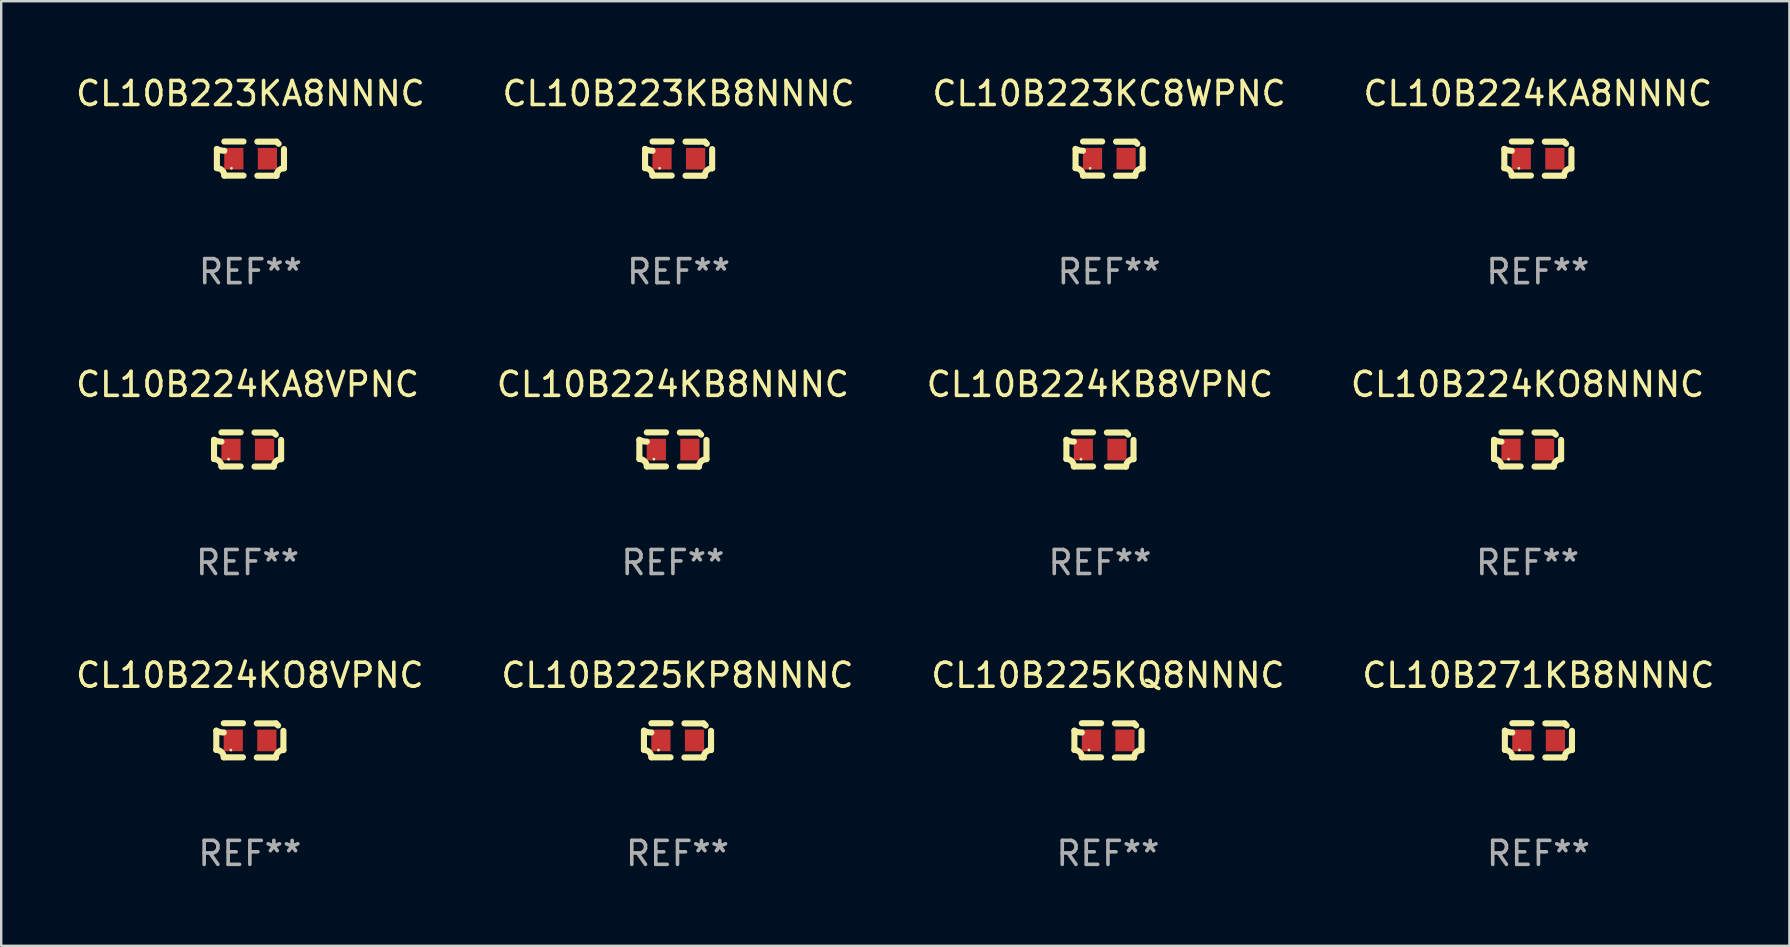
<source format=kicad_pcb>
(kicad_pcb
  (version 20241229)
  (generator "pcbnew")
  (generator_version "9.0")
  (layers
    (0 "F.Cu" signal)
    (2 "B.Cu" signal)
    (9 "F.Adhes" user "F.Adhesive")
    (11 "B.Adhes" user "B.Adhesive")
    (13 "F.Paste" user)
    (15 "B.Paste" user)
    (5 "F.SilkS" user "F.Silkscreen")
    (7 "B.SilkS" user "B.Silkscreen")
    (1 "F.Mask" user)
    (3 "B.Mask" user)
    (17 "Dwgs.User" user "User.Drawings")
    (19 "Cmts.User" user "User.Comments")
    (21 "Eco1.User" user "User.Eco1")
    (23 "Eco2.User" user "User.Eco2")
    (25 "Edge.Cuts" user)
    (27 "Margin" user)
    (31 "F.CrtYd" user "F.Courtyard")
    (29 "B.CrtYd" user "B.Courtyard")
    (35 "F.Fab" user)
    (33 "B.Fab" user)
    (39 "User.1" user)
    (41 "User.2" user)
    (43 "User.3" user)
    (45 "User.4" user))
  (footprint "CL10B224KB8NNNC"
    (layer "F.Cu")
    (at 24.994 15.683)
    (property "Reference" "CL10B224KB8NNNC" (at 0 -2.713 0) (layer "F.SilkS") (effects (font (size 1 1) (thickness 0.15))))
    (attr through_hole)
    (fp_line (start -1.398 -0.403) (end -1.398 0.397) (stroke (width 0.254) (type solid)) (layer "F.SilkS"))
    (fp_line (start -0.288 -0.713) (end -1.088 -0.713) (stroke (width 0.254) (type solid)) (layer "F.SilkS"))
    (fp_line (start -0.288 0.707) (end -1.088 0.707) (stroke (width 0.254) (type solid)) (layer "F.SilkS"))
    (fp_line (start 0.288 -0.707) (end 1.088 -0.707) (stroke (width 0.254) (type solid)) (layer "F.SilkS"))
    (fp_line (start 0.288 0.713) (end 1.088 0.713) (stroke (width 0.254) (type solid)) (layer "F.SilkS"))
    (fp_line (start 1.398 -0.397) (end 1.398 0.403) (stroke (width 0.254) (type solid)) (layer "F.SilkS"))
    (fp_arc (start -1.397789 0.397066) (mid -1.178701 0.487826) (end -1.08796 0.706922) (stroke (width 0.254001) (type solid)) (layer "F.SilkS"))
    (fp_arc (start -1.08796 -0.327176) (mid -1.247436 -0.346384) (end -1.39779 -0.402908) (stroke (width 0.254001) (type solid)) (layer "F.SilkS"))
    (fp_arc (start 1.087909 0.712738) (mid 1.178656 0.493655) (end 1.397739 0.402908) (stroke (width 0.254001) (type solid)) (layer "F.SilkS"))
    (fp_arc (start 1.175925 -0.618926) (mid 1.131917 -0.662923) (end 1.08791 -0.706922) (stroke (width 0.254001) (type solid)) (layer "F.SilkS"))
    (fp_circle (center -0.792 0.403) (end -0.762 0.403) (stroke (width 0.06) (type solid)) (fill no) (layer "F.SilkS"))
    (fp_text user "REF**" (at 0 4.713 0) (layer "F.Fab") (effects (font (size 1 1) (thickness 0.15))))
    (pad "1" smd rect (at -0.692 0.003) (size 0.8 0.9) (layers "F.Cu" "F.Mask" "F.Paste"))
    (pad "2" smd rect (at 0.708 0.003) (size 0.8 0.9) (layers "F.Cu" "F.Mask" "F.Paste")))
  (footprint "CL10B271KB8NNNC"
    (layer "F.Cu")
    (at 61.065 27.805)
    (property "Reference" "CL10B271KB8NNNC" (at 0 -2.713 0) (layer "F.SilkS") (effects (font (size 1 1) (thickness 0.15))))
    (attr through_hole)
    (fp_line (start -1.398 -0.403) (end -1.398 0.397) (stroke (width 0.254) (type solid)) (layer "F.SilkS"))
    (fp_line (start -0.288 -0.713) (end -1.088 -0.713) (stroke (width 0.254) (type solid)) (layer "F.SilkS"))
    (fp_line (start -0.288 0.707) (end -1.088 0.707) (stroke (width 0.254) (type solid)) (layer "F.SilkS"))
    (fp_line (start 0.288 -0.707) (end 1.088 -0.707) (stroke (width 0.254) (type solid)) (layer "F.SilkS"))
    (fp_line (start 0.288 0.713) (end 1.088 0.713) (stroke (width 0.254) (type solid)) (layer "F.SilkS"))
    (fp_line (start 1.398 -0.397) (end 1.398 0.403) (stroke (width 0.254) (type solid)) (layer "F.SilkS"))
    (fp_arc (start -1.397789 0.397066) (mid -1.178701 0.487826) (end -1.08796 0.706922) (stroke (width 0.254001) (type solid)) (layer "F.SilkS"))
    (fp_arc (start -1.08796 -0.327176) (mid -1.247436 -0.346384) (end -1.39779 -0.402908) (stroke (width 0.254001) (type solid)) (layer "F.SilkS"))
    (fp_arc (start 1.087909 0.712738) (mid 1.178656 0.493655) (end 1.397739 0.402908) (stroke (width 0.254001) (type solid)) (layer "F.SilkS"))
    (fp_arc (start 1.175925 -0.618926) (mid 1.131917 -0.662923) (end 1.08791 -0.706922) (stroke (width 0.254001) (type solid)) (layer "F.SilkS"))
    (fp_circle (center -0.792 0.403) (end -0.762 0.403) (stroke (width 0.06) (type solid)) (fill no) (layer "F.SilkS"))
    (fp_text user "REF**" (at 0 4.713 0) (layer "F.Fab") (effects (font (size 1 1) (thickness 0.15))))
    (pad "1" smd rect (at -0.692 0.003) (size 0.8 0.9) (layers "F.Cu" "F.Mask" "F.Paste"))
    (pad "2" smd rect (at 0.708 0.003) (size 0.8 0.9) (layers "F.Cu" "F.Mask" "F.Paste")))
  (footprint "CL10B224KA8VPNC"
    (layer "F.Cu")
    (at 7.268 15.683)
    (property "Reference" "CL10B224KA8VPNC" (at 0 -2.713 0) (layer "F.SilkS") (effects (font (size 1 1) (thickness 0.15))))
    (attr through_hole)
    (fp_line (start -1.398 -0.403) (end -1.398 0.397) (stroke (width 0.254) (type solid)) (layer "F.SilkS"))
    (fp_line (start -0.288 -0.713) (end -1.088 -0.713) (stroke (width 0.254) (type solid)) (layer "F.SilkS"))
    (fp_line (start -0.288 0.707) (end -1.088 0.707) (stroke (width 0.254) (type solid)) (layer "F.SilkS"))
    (fp_line (start 0.288 -0.707) (end 1.088 -0.707) (stroke (width 0.254) (type solid)) (layer "F.SilkS"))
    (fp_line (start 0.288 0.713) (end 1.088 0.713) (stroke (width 0.254) (type solid)) (layer "F.SilkS"))
    (fp_line (start 1.398 -0.397) (end 1.398 0.403) (stroke (width 0.254) (type solid)) (layer "F.SilkS"))
    (fp_arc (start -1.397789 0.397066) (mid -1.178701 0.487826) (end -1.08796 0.706922) (stroke (width 0.254001) (type solid)) (layer "F.SilkS"))
    (fp_arc (start -1.08796 -0.327176) (mid -1.247436 -0.346384) (end -1.39779 -0.402908) (stroke (width 0.254001) (type solid)) (layer "F.SilkS"))
    (fp_arc (start 1.087909 0.712738) (mid 1.178656 0.493655) (end 1.397739 0.402908) (stroke (width 0.254001) (type solid)) (layer "F.SilkS"))
    (fp_arc (start 1.175925 -0.618926) (mid 1.131917 -0.662923) (end 1.08791 -0.706922) (stroke (width 0.254001) (type solid)) (layer "F.SilkS"))
    (fp_circle (center -0.792 0.403) (end -0.762 0.403) (stroke (width 0.06) (type solid)) (fill no) (layer "F.SilkS"))
    (fp_text user "REF**" (at 0 4.713 0) (layer "F.Fab") (effects (font (size 1 1) (thickness 0.15))))
    (pad "1" smd rect (at -0.692 0.003) (size 0.8 0.9) (layers "F.Cu" "F.Mask" "F.Paste"))
    (pad "2" smd rect (at 0.708 0.003) (size 0.8 0.9) (layers "F.Cu" "F.Mask" "F.Paste")))
  (footprint "CL10B224KB8VPNC"
    (layer "F.Cu")
    (at 42.792 15.683)
    (property "Reference" "CL10B224KB8VPNC" (at 0 -2.713 0) (layer "F.SilkS") (effects (font (size 1 1) (thickness 0.15))))
    (attr through_hole)
    (fp_line (start -1.398 -0.403) (end -1.398 0.397) (stroke (width 0.254) (type solid)) (layer "F.SilkS"))
    (fp_line (start -0.288 -0.713) (end -1.088 -0.713) (stroke (width 0.254) (type solid)) (layer "F.SilkS"))
    (fp_line (start -0.288 0.707) (end -1.088 0.707) (stroke (width 0.254) (type solid)) (layer "F.SilkS"))
    (fp_line (start 0.288 -0.707) (end 1.088 -0.707) (stroke (width 0.254) (type solid)) (layer "F.SilkS"))
    (fp_line (start 0.288 0.713) (end 1.088 0.713) (stroke (width 0.254) (type solid)) (layer "F.SilkS"))
    (fp_line (start 1.398 -0.397) (end 1.398 0.403) (stroke (width 0.254) (type solid)) (layer "F.SilkS"))
    (fp_arc (start -1.397789 0.397066) (mid -1.178701 0.487826) (end -1.08796 0.706922) (stroke (width 0.254001) (type solid)) (layer "F.SilkS"))
    (fp_arc (start -1.08796 -0.327176) (mid -1.247436 -0.346384) (end -1.39779 -0.402908) (stroke (width 0.254001) (type solid)) (layer "F.SilkS"))
    (fp_arc (start 1.087909 0.712738) (mid 1.178656 0.493655) (end 1.397739 0.402908) (stroke (width 0.254001) (type solid)) (layer "F.SilkS"))
    (fp_arc (start 1.175925 -0.618926) (mid 1.131917 -0.662923) (end 1.08791 -0.706922) (stroke (width 0.254001) (type solid)) (layer "F.SilkS"))
    (fp_circle (center -0.792 0.403) (end -0.762 0.403) (stroke (width 0.06) (type solid)) (fill no) (layer "F.SilkS"))
    (fp_text user "REF**" (at 0 4.713 0) (layer "F.Fab") (effects (font (size 1 1) (thickness 0.15))))
    (pad "1" smd rect (at -0.692 0.003) (size 0.8 0.9) (layers "F.Cu" "F.Mask" "F.Paste"))
    (pad "2" smd rect (at 0.708 0.003) (size 0.8 0.9) (layers "F.Cu" "F.Mask" "F.Paste")))
  (footprint "CL10B225KQ8NNNC"
    (layer "F.Cu")
    (at 43.125 27.805)
    (property "Reference" "CL10B225KQ8NNNC" (at 0 -2.713 0) (layer "F.SilkS") (effects (font (size 1 1) (thickness 0.15))))
    (attr through_hole)
    (fp_line (start -1.398 -0.403) (end -1.398 0.397) (stroke (width 0.254) (type solid)) (layer "F.SilkS"))
    (fp_line (start -0.288 -0.713) (end -1.088 -0.713) (stroke (width 0.254) (type solid)) (layer "F.SilkS"))
    (fp_line (start -0.288 0.707) (end -1.088 0.707) (stroke (width 0.254) (type solid)) (layer "F.SilkS"))
    (fp_line (start 0.288 -0.707) (end 1.088 -0.707) (stroke (width 0.254) (type solid)) (layer "F.SilkS"))
    (fp_line (start 0.288 0.713) (end 1.088 0.713) (stroke (width 0.254) (type solid)) (layer "F.SilkS"))
    (fp_line (start 1.398 -0.397) (end 1.398 0.403) (stroke (width 0.254) (type solid)) (layer "F.SilkS"))
    (fp_arc (start -1.397789 0.397066) (mid -1.178701 0.487826) (end -1.08796 0.706922) (stroke (width 0.254001) (type solid)) (layer "F.SilkS"))
    (fp_arc (start -1.08796 -0.327176) (mid -1.247436 -0.346384) (end -1.39779 -0.402908) (stroke (width 0.254001) (type solid)) (layer "F.SilkS"))
    (fp_arc (start 1.087909 0.712738) (mid 1.178656 0.493655) (end 1.397739 0.402908) (stroke (width 0.254001) (type solid)) (layer "F.SilkS"))
    (fp_arc (start 1.175925 -0.618926) (mid 1.131917 -0.662923) (end 1.08791 -0.706922) (stroke (width 0.254001) (type solid)) (layer "F.SilkS"))
    (fp_circle (center -0.792 0.403) (end -0.762 0.403) (stroke (width 0.06) (type solid)) (fill no) (layer "F.SilkS"))
    (fp_text user "REF**" (at 0 4.713 0) (layer "F.Fab") (effects (font (size 1 1) (thickness 0.15))))
    (pad "1" smd rect (at -0.692 0.003) (size 0.8 0.9) (layers "F.Cu" "F.Mask" "F.Paste"))
    (pad "2" smd rect (at 0.708 0.003) (size 0.8 0.9) (layers "F.Cu" "F.Mask" "F.Paste")))
  (footprint "CL10B225KP8NNNC"
    (layer "F.Cu")
    (at 25.185 27.805)
    (property "Reference" "CL10B225KP8NNNC" (at 0 -2.713 0) (layer "F.SilkS") (effects (font (size 1 1) (thickness 0.15))))
    (attr through_hole)
    (fp_line (start -1.398 -0.403) (end -1.398 0.397) (stroke (width 0.254) (type solid)) (layer "F.SilkS"))
    (fp_line (start -0.288 -0.713) (end -1.088 -0.713) (stroke (width 0.254) (type solid)) (layer "F.SilkS"))
    (fp_line (start -0.288 0.707) (end -1.088 0.707) (stroke (width 0.254) (type solid)) (layer "F.SilkS"))
    (fp_line (start 0.288 -0.707) (end 1.088 -0.707) (stroke (width 0.254) (type solid)) (layer "F.SilkS"))
    (fp_line (start 0.288 0.713) (end 1.088 0.713) (stroke (width 0.254) (type solid)) (layer "F.SilkS"))
    (fp_line (start 1.398 -0.397) (end 1.398 0.403) (stroke (width 0.254) (type solid)) (layer "F.SilkS"))
    (fp_arc (start -1.397789 0.397066) (mid -1.178701 0.487826) (end -1.08796 0.706922) (stroke (width 0.254001) (type solid)) (layer "F.SilkS"))
    (fp_arc (start -1.08796 -0.327176) (mid -1.247436 -0.346384) (end -1.39779 -0.402908) (stroke (width 0.254001) (type solid)) (layer "F.SilkS"))
    (fp_arc (start 1.087909 0.712738) (mid 1.178656 0.493655) (end 1.397739 0.402908) (stroke (width 0.254001) (type solid)) (layer "F.SilkS"))
    (fp_arc (start 1.175925 -0.618926) (mid 1.131917 -0.662923) (end 1.08791 -0.706922) (stroke (width 0.254001) (type solid)) (layer "F.SilkS"))
    (fp_circle (center -0.792 0.403) (end -0.762 0.403) (stroke (width 0.06) (type solid)) (fill no) (layer "F.SilkS"))
    (fp_text user "REF**" (at 0 4.713 0) (layer "F.Fab") (effects (font (size 1 1) (thickness 0.15))))
    (pad "1" smd rect (at -0.692 0.003) (size 0.8 0.9) (layers "F.Cu" "F.Mask" "F.Paste"))
    (pad "2" smd rect (at 0.708 0.003) (size 0.8 0.9) (layers "F.Cu" "F.Mask" "F.Paste")))
  (footprint "CL10B223KC8WPNC"
    (layer "F.Cu")
    (at 43.173 3.561)
    (property "Reference" "CL10B223KC8WPNC" (at 0 -2.713 0) (layer "F.SilkS") (effects (font (size 1 1) (thickness 0.15))))
    (attr through_hole)
    (fp_line (start -1.398 -0.403) (end -1.398 0.397) (stroke (width 0.254) (type solid)) (layer "F.SilkS"))
    (fp_line (start -0.288 -0.713) (end -1.088 -0.713) (stroke (width 0.254) (type solid)) (layer "F.SilkS"))
    (fp_line (start -0.288 0.707) (end -1.088 0.707) (stroke (width 0.254) (type solid)) (layer "F.SilkS"))
    (fp_line (start 0.288 -0.707) (end 1.088 -0.707) (stroke (width 0.254) (type solid)) (layer "F.SilkS"))
    (fp_line (start 0.288 0.713) (end 1.088 0.713) (stroke (width 0.254) (type solid)) (layer "F.SilkS"))
    (fp_line (start 1.398 -0.397) (end 1.398 0.403) (stroke (width 0.254) (type solid)) (layer "F.SilkS"))
    (fp_arc (start -1.397789 0.397066) (mid -1.178701 0.487826) (end -1.08796 0.706922) (stroke (width 0.254001) (type solid)) (layer "F.SilkS"))
    (fp_arc (start -1.08796 -0.327176) (mid -1.247436 -0.346384) (end -1.39779 -0.402908) (stroke (width 0.254001) (type solid)) (layer "F.SilkS"))
    (fp_arc (start 1.087909 0.712738) (mid 1.178656 0.493655) (end 1.397739 0.402908) (stroke (width 0.254001) (type solid)) (layer "F.SilkS"))
    (fp_arc (start 1.175925 -0.618926) (mid 1.131917 -0.662923) (end 1.08791 -0.706922) (stroke (width 0.254001) (type solid)) (layer "F.SilkS"))
    (fp_circle (center -0.792 0.403) (end -0.762 0.403) (stroke (width 0.06) (type solid)) (fill no) (layer "F.SilkS"))
    (fp_text user "REF**" (at 0 4.713 0) (layer "F.Fab") (effects (font (size 1 1) (thickness 0.15))))
    (pad "1" smd rect (at -0.692 0.003) (size 0.8 0.9) (layers "F.Cu" "F.Mask" "F.Paste"))
    (pad "2" smd rect (at 0.708 0.003) (size 0.8 0.9) (layers "F.Cu" "F.Mask" "F.Paste")))
  (footprint "CL10B223KB8NNNC"
    (layer "F.Cu")
    (at 25.232 3.561)
    (property "Reference" "CL10B223KB8NNNC" (at 0 -2.713 0) (layer "F.SilkS") (effects (font (size 1 1) (thickness 0.15))))
    (attr through_hole)
    (fp_line (start -1.398 -0.403) (end -1.398 0.397) (stroke (width 0.254) (type solid)) (layer "F.SilkS"))
    (fp_line (start -0.288 -0.713) (end -1.088 -0.713) (stroke (width 0.254) (type solid)) (layer "F.SilkS"))
    (fp_line (start -0.288 0.707) (end -1.088 0.707) (stroke (width 0.254) (type solid)) (layer "F.SilkS"))
    (fp_line (start 0.288 -0.707) (end 1.088 -0.707) (stroke (width 0.254) (type solid)) (layer "F.SilkS"))
    (fp_line (start 0.288 0.713) (end 1.088 0.713) (stroke (width 0.254) (type solid)) (layer "F.SilkS"))
    (fp_line (start 1.398 -0.397) (end 1.398 0.403) (stroke (width 0.254) (type solid)) (layer "F.SilkS"))
    (fp_arc (start -1.397789 0.397066) (mid -1.178701 0.487826) (end -1.08796 0.706922) (stroke (width 0.254001) (type solid)) (layer "F.SilkS"))
    (fp_arc (start -1.08796 -0.327176) (mid -1.247436 -0.346384) (end -1.39779 -0.402908) (stroke (width 0.254001) (type solid)) (layer "F.SilkS"))
    (fp_arc (start 1.087909 0.712738) (mid 1.178656 0.493655) (end 1.397739 0.402908) (stroke (width 0.254001) (type solid)) (layer "F.SilkS"))
    (fp_arc (start 1.175925 -0.618926) (mid 1.131917 -0.662923) (end 1.08791 -0.706922) (stroke (width 0.254001) (type solid)) (layer "F.SilkS"))
    (fp_circle (center -0.792 0.403) (end -0.762 0.403) (stroke (width 0.06) (type solid)) (fill no) (layer "F.SilkS"))
    (fp_text user "REF**" (at 0 4.713 0) (layer "F.Fab") (effects (font (size 1 1) (thickness 0.15))))
    (pad "1" smd rect (at -0.692 0.003) (size 0.8 0.9) (layers "F.Cu" "F.Mask" "F.Paste"))
    (pad "2" smd rect (at 0.708 0.003) (size 0.8 0.9) (layers "F.Cu" "F.Mask" "F.Paste")))
  (footprint "CL10B224KO8NNNC"
    (layer "F.Cu")
    (at 60.613 15.683)
    (property "Reference" "CL10B224KO8NNNC" (at 0 -2.713 0) (layer "F.SilkS") (effects (font (size 1 1) (thickness 0.15))))
    (attr through_hole)
    (fp_line (start -1.398 -0.403) (end -1.398 0.397) (stroke (width 0.254) (type solid)) (layer "F.SilkS"))
    (fp_line (start -0.288 -0.713) (end -1.088 -0.713) (stroke (width 0.254) (type solid)) (layer "F.SilkS"))
    (fp_line (start -0.288 0.707) (end -1.088 0.707) (stroke (width 0.254) (type solid)) (layer "F.SilkS"))
    (fp_line (start 0.288 -0.707) (end 1.088 -0.707) (stroke (width 0.254) (type solid)) (layer "F.SilkS"))
    (fp_line (start 0.288 0.713) (end 1.088 0.713) (stroke (width 0.254) (type solid)) (layer "F.SilkS"))
    (fp_line (start 1.398 -0.397) (end 1.398 0.403) (stroke (width 0.254) (type solid)) (layer "F.SilkS"))
    (fp_arc (start -1.397789 0.397066) (mid -1.178701 0.487826) (end -1.08796 0.706922) (stroke (width 0.254001) (type solid)) (layer "F.SilkS"))
    (fp_arc (start -1.08796 -0.327176) (mid -1.247436 -0.346384) (end -1.39779 -0.402908) (stroke (width 0.254001) (type solid)) (layer "F.SilkS"))
    (fp_arc (start 1.087909 0.712738) (mid 1.178656 0.493655) (end 1.397739 0.402908) (stroke (width 0.254001) (type solid)) (layer "F.SilkS"))
    (fp_arc (start 1.175925 -0.618926) (mid 1.131917 -0.662923) (end 1.08791 -0.706922) (stroke (width 0.254001) (type solid)) (layer "F.SilkS"))
    (fp_circle (center -0.792 0.403) (end -0.762 0.403) (stroke (width 0.06) (type solid)) (fill no) (layer "F.SilkS"))
    (fp_text user "REF**" (at 0 4.713 0) (layer "F.Fab") (effects (font (size 1 1) (thickness 0.15))))
    (pad "1" smd rect (at -0.692 0.003) (size 0.8 0.9) (layers "F.Cu" "F.Mask" "F.Paste"))
    (pad "2" smd rect (at 0.708 0.003) (size 0.8 0.9) (layers "F.Cu" "F.Mask" "F.Paste")))
  (footprint "CL10B223KA8NNNC"
    (layer "F.Cu")
    (at 7.387 3.561)
    (property "Reference" "CL10B223KA8NNNC" (at 0 -2.713 0) (layer "F.SilkS") (effects (font (size 1 1) (thickness 0.15))))
    (attr through_hole)
    (fp_line (start -1.398 -0.403) (end -1.398 0.397) (stroke (width 0.254) (type solid)) (layer "F.SilkS"))
    (fp_line (start -0.288 -0.713) (end -1.088 -0.713) (stroke (width 0.254) (type solid)) (layer "F.SilkS"))
    (fp_line (start -0.288 0.707) (end -1.088 0.707) (stroke (width 0.254) (type solid)) (layer "F.SilkS"))
    (fp_line (start 0.288 -0.707) (end 1.088 -0.707) (stroke (width 0.254) (type solid)) (layer "F.SilkS"))
    (fp_line (start 0.288 0.713) (end 1.088 0.713) (stroke (width 0.254) (type solid)) (layer "F.SilkS"))
    (fp_line (start 1.398 -0.397) (end 1.398 0.403) (stroke (width 0.254) (type solid)) (layer "F.SilkS"))
    (fp_arc (start -1.397789 0.397066) (mid -1.178701 0.487826) (end -1.08796 0.706922) (stroke (width 0.254001) (type solid)) (layer "F.SilkS"))
    (fp_arc (start -1.08796 -0.327176) (mid -1.247436 -0.346384) (end -1.39779 -0.402908) (stroke (width 0.254001) (type solid)) (layer "F.SilkS"))
    (fp_arc (start 1.087909 0.712738) (mid 1.178656 0.493655) (end 1.397739 0.402908) (stroke (width 0.254001) (type solid)) (layer "F.SilkS"))
    (fp_arc (start 1.175925 -0.618926) (mid 1.131917 -0.662923) (end 1.08791 -0.706922) (stroke (width 0.254001) (type solid)) (layer "F.SilkS"))
    (fp_circle (center -0.792 0.403) (end -0.762 0.403) (stroke (width 0.06) (type solid)) (fill no) (layer "F.SilkS"))
    (fp_text user "REF**" (at 0 4.713 0) (layer "F.Fab") (effects (font (size 1 1) (thickness 0.15))))
    (pad "1" smd rect (at -0.692 0.003) (size 0.8 0.9) (layers "F.Cu" "F.Mask" "F.Paste"))
    (pad "2" smd rect (at 0.708 0.003) (size 0.8 0.9) (layers "F.Cu" "F.Mask" "F.Paste")))
  (footprint "CL10B224KO8VPNC"
    (layer "F.Cu")
    (at 7.363 27.805)
    (property "Reference" "CL10B224KO8VPNC" (at 0 -2.713 0) (layer "F.SilkS") (effects (font (size 1 1) (thickness 0.15))))
    (attr through_hole)
    (fp_line (start -1.398 -0.403) (end -1.398 0.397) (stroke (width 0.254) (type solid)) (layer "F.SilkS"))
    (fp_line (start -0.288 -0.713) (end -1.088 -0.713) (stroke (width 0.254) (type solid)) (layer "F.SilkS"))
    (fp_line (start -0.288 0.707) (end -1.088 0.707) (stroke (width 0.254) (type solid)) (layer "F.SilkS"))
    (fp_line (start 0.288 -0.707) (end 1.088 -0.707) (stroke (width 0.254) (type solid)) (layer "F.SilkS"))
    (fp_line (start 0.288 0.713) (end 1.088 0.713) (stroke (width 0.254) (type solid)) (layer "F.SilkS"))
    (fp_line (start 1.398 -0.397) (end 1.398 0.403) (stroke (width 0.254) (type solid)) (layer "F.SilkS"))
    (fp_arc (start -1.397789 0.397066) (mid -1.178701 0.487826) (end -1.08796 0.706922) (stroke (width 0.254001) (type solid)) (layer "F.SilkS"))
    (fp_arc (start -1.08796 -0.327176) (mid -1.247436 -0.346384) (end -1.39779 -0.402908) (stroke (width 0.254001) (type solid)) (layer "F.SilkS"))
    (fp_arc (start 1.087909 0.712738) (mid 1.178656 0.493655) (end 1.397739 0.402908) (stroke (width 0.254001) (type solid)) (layer "F.SilkS"))
    (fp_arc (start 1.175925 -0.618926) (mid 1.131917 -0.662923) (end 1.08791 -0.706922) (stroke (width 0.254001) (type solid)) (layer "F.SilkS"))
    (fp_circle (center -0.792 0.403) (end -0.762 0.403) (stroke (width 0.06) (type solid)) (fill no) (layer "F.SilkS"))
    (fp_text user "REF**" (at 0 4.713 0) (layer "F.Fab") (effects (font (size 1 1) (thickness 0.15))))
    (pad "1" smd rect (at -0.692 0.003) (size 0.8 0.9) (layers "F.Cu" "F.Mask" "F.Paste"))
    (pad "2" smd rect (at 0.708 0.003) (size 0.8 0.9) (layers "F.Cu" "F.Mask" "F.Paste")))
  (footprint "CL10B224KA8NNNC"
    (layer "F.Cu")
    (at 61.042 3.561)
    (property "Reference" "CL10B224KA8NNNC" (at 0 -2.713 0) (layer "F.SilkS") (effects (font (size 1 1) (thickness 0.15))))
    (attr through_hole)
    (fp_line (start -1.398 -0.403) (end -1.398 0.397) (stroke (width 0.254) (type solid)) (layer "F.SilkS"))
    (fp_line (start -0.288 -0.713) (end -1.088 -0.713) (stroke (width 0.254) (type solid)) (layer "F.SilkS"))
    (fp_line (start -0.288 0.707) (end -1.088 0.707) (stroke (width 0.254) (type solid)) (layer "F.SilkS"))
    (fp_line (start 0.288 -0.707) (end 1.088 -0.707) (stroke (width 0.254) (type solid)) (layer "F.SilkS"))
    (fp_line (start 0.288 0.713) (end 1.088 0.713) (stroke (width 0.254) (type solid)) (layer "F.SilkS"))
    (fp_line (start 1.398 -0.397) (end 1.398 0.403) (stroke (width 0.254) (type solid)) (layer "F.SilkS"))
    (fp_arc (start -1.397789 0.397066) (mid -1.178701 0.487826) (end -1.08796 0.706922) (stroke (width 0.254001) (type solid)) (layer "F.SilkS"))
    (fp_arc (start -1.08796 -0.327176) (mid -1.247436 -0.346384) (end -1.39779 -0.402908) (stroke (width 0.254001) (type solid)) (layer "F.SilkS"))
    (fp_arc (start 1.087909 0.712738) (mid 1.178656 0.493655) (end 1.397739 0.402908) (stroke (width 0.254001) (type solid)) (layer "F.SilkS"))
    (fp_arc (start 1.175925 -0.618926) (mid 1.131917 -0.662923) (end 1.08791 -0.706922) (stroke (width 0.254001) (type solid)) (layer "F.SilkS"))
    (fp_circle (center -0.792 0.403) (end -0.762 0.403) (stroke (width 0.06) (type solid)) (fill no) (layer "F.SilkS"))
    (fp_text user "REF**" (at 0 4.713 0) (layer "F.Fab") (effects (font (size 1 1) (thickness 0.15))))
    (pad "1" smd rect (at -0.692 0.003) (size 0.8 0.9) (layers "F.Cu" "F.Mask" "F.Paste"))
    (pad "2" smd rect (at 0.708 0.003) (size 0.8 0.9) (layers "F.Cu" "F.Mask" "F.Paste")))
  (gr_rect
    (start -3 -3)
    (end 71.524 36.366)
    (stroke (width 0.1) (type default))
    (fill no)
    (layer "Edge.Cuts")))
</source>
